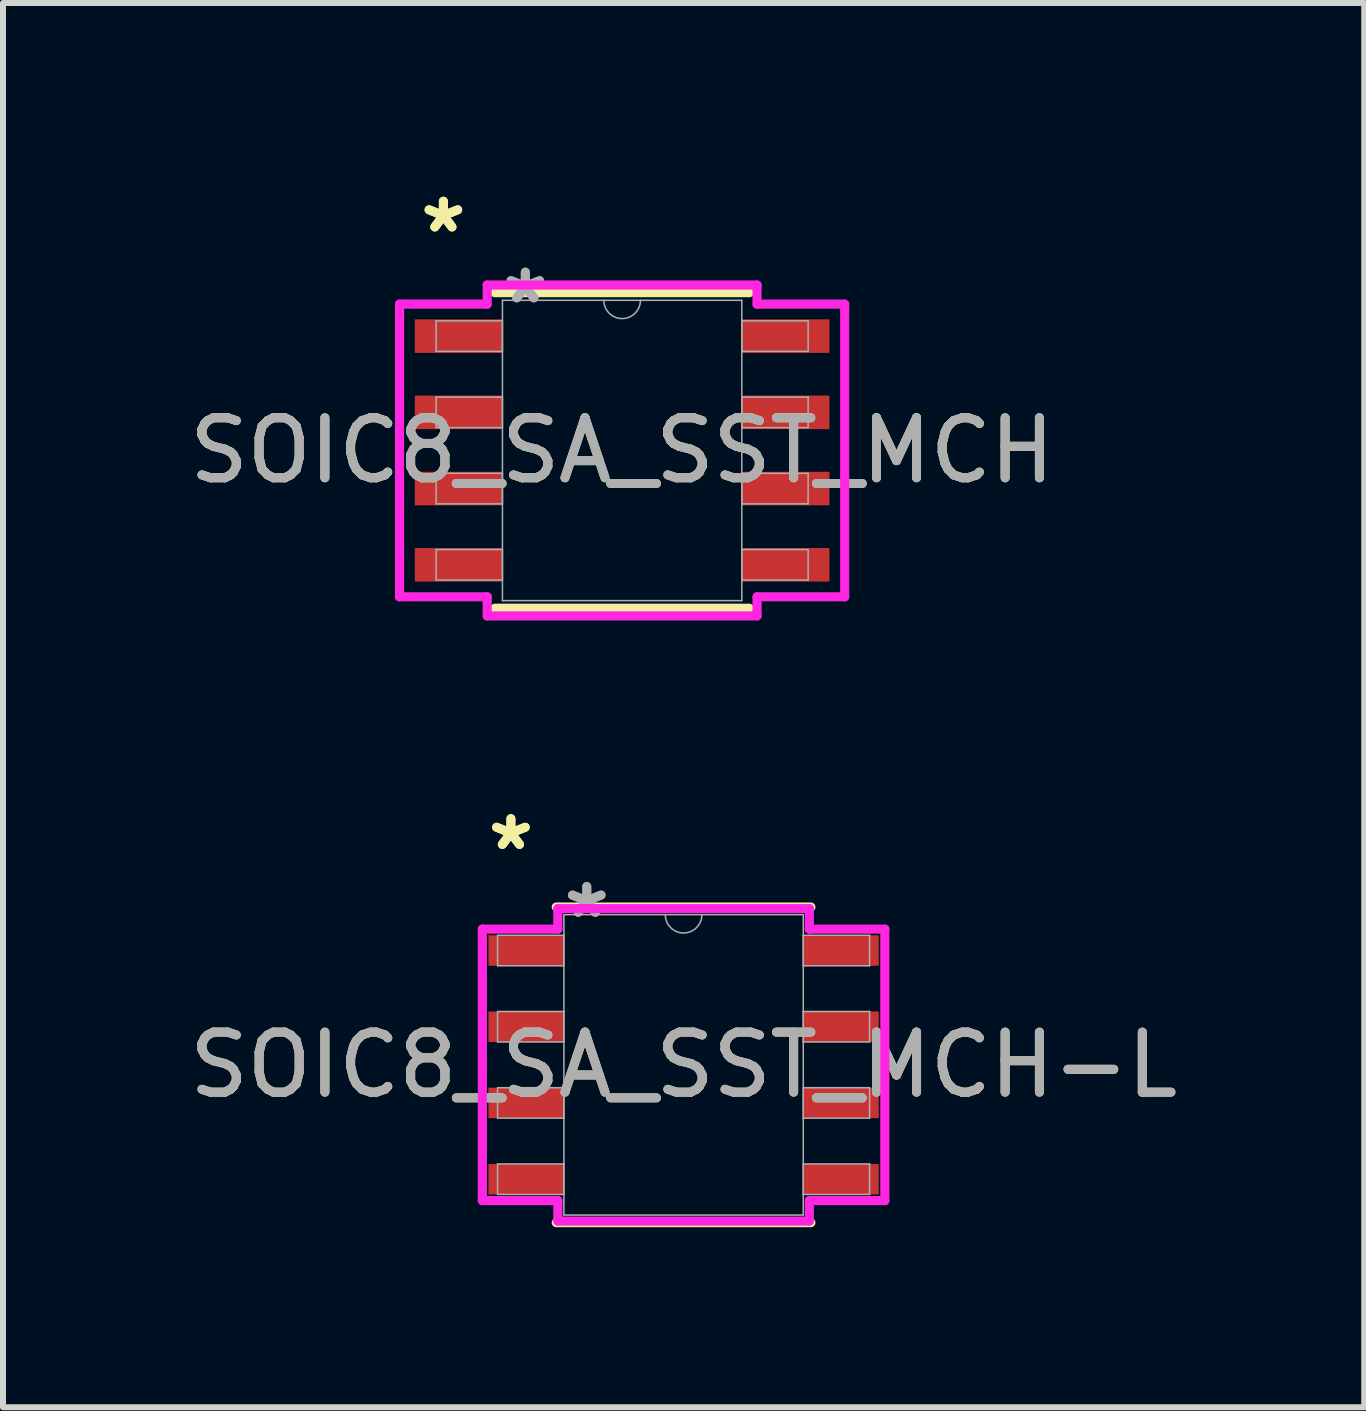
<source format=kicad_pcb>
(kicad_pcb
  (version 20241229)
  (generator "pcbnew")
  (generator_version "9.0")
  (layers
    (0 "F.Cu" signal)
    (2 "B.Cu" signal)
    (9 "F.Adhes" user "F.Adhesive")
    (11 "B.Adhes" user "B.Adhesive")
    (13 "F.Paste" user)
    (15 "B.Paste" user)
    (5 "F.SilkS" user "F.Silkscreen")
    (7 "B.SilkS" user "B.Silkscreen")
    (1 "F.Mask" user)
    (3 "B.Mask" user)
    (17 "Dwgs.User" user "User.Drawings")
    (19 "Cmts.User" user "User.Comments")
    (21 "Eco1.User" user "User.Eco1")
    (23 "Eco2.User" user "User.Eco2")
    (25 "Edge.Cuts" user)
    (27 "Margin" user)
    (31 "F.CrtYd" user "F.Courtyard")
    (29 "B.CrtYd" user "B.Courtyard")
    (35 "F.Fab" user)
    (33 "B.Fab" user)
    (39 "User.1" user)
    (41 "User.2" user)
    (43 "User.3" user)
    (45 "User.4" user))
  (footprint "SOIC8_SA_SST_MCH"
    (layer "F.Cu")
    (at 7.315 4.455)
    (property "Reference" "SOIC8_SA_SST_MCH" (at 0 0 0) (unlocked yes) (layer "F.SilkS") (effects (font (size 1 1) (thickness 0.15))))
    (attr smd)
    (fp_line (start -2.121 2.629) (end 2.121 2.629) (stroke (width 0.152) (type solid)) (layer "F.SilkS"))
    (fp_line (start 2.121 -2.629) (end -2.121 -2.629) (stroke (width 0.152) (type solid)) (layer "F.SilkS"))
    (fp_line (start -3.708 -2.438) (end -2.248 -2.438) (stroke (width 0.152) (type solid)) (layer "F.CrtYd"))
    (fp_line (start -3.708 2.438) (end -3.708 -2.438) (stroke (width 0.152) (type solid)) (layer "F.CrtYd"))
    (fp_line (start -3.708 2.438) (end -2.248 2.438) (stroke (width 0.152) (type solid)) (layer "F.CrtYd"))
    (fp_line (start -2.248 -2.756) (end 2.248 -2.756) (stroke (width 0.152) (type solid)) (layer "F.CrtYd"))
    (fp_line (start -2.248 -2.438) (end -2.248 -2.756) (stroke (width 0.152) (type solid)) (layer "F.CrtYd"))
    (fp_line (start -2.248 2.756) (end -2.248 2.438) (stroke (width 0.152) (type solid)) (layer "F.CrtYd"))
    (fp_line (start 2.248 -2.756) (end 2.248 -2.438) (stroke (width 0.152) (type solid)) (layer "F.CrtYd"))
    (fp_line (start 2.248 2.438) (end 2.248 2.756) (stroke (width 0.152) (type solid)) (layer "F.CrtYd"))
    (fp_line (start 2.248 2.756) (end -2.248 2.756) (stroke (width 0.152) (type solid)) (layer "F.CrtYd"))
    (fp_line (start 3.708 -2.438) (end 2.248 -2.438) (stroke (width 0.152) (type solid)) (layer "F.CrtYd"))
    (fp_line (start 3.708 -2.438) (end 3.708 2.438) (stroke (width 0.152) (type solid)) (layer "F.CrtYd"))
    (fp_line (start 3.708 2.438) (end 2.248 2.438) (stroke (width 0.152) (type solid)) (layer "F.CrtYd"))
    (fp_line (start -3.099 -2.159) (end -3.099 -1.651) (stroke (width 0.025) (type solid)) (layer "F.Fab"))
    (fp_line (start -3.099 -1.651) (end -1.994 -1.651) (stroke (width 0.025) (type solid)) (layer "F.Fab"))
    (fp_line (start -3.099 -0.889) (end -3.099 -0.381) (stroke (width 0.025) (type solid)) (layer "F.Fab"))
    (fp_line (start -3.099 -0.381) (end -1.994 -0.381) (stroke (width 0.025) (type solid)) (layer "F.Fab"))
    (fp_line (start -3.099 0.381) (end -3.099 0.889) (stroke (width 0.025) (type solid)) (layer "F.Fab"))
    (fp_line (start -3.099 0.889) (end -1.994 0.889) (stroke (width 0.025) (type solid)) (layer "F.Fab"))
    (fp_line (start -3.099 1.651) (end -3.099 2.159) (stroke (width 0.025) (type solid)) (layer "F.Fab"))
    (fp_line (start -3.099 2.159) (end -1.994 2.159) (stroke (width 0.025) (type solid)) (layer "F.Fab"))
    (fp_line (start -1.994 -2.502) (end -1.994 2.502) (stroke (width 0.025) (type solid)) (layer "F.Fab"))
    (fp_line (start -1.994 -2.159) (end -3.099 -2.159) (stroke (width 0.025) (type solid)) (layer "F.Fab"))
    (fp_line (start -1.994 -1.651) (end -1.994 -2.159) (stroke (width 0.025) (type solid)) (layer "F.Fab"))
    (fp_line (start -1.994 -0.889) (end -3.099 -0.889) (stroke (width 0.025) (type solid)) (layer "F.Fab"))
    (fp_line (start -1.994 -0.381) (end -1.994 -0.889) (stroke (width 0.025) (type solid)) (layer "F.Fab"))
    (fp_line (start -1.994 0.381) (end -3.099 0.381) (stroke (width 0.025) (type solid)) (layer "F.Fab"))
    (fp_line (start -1.994 0.889) (end -1.994 0.381) (stroke (width 0.025) (type solid)) (layer "F.Fab"))
    (fp_line (start -1.994 1.651) (end -3.099 1.651) (stroke (width 0.025) (type solid)) (layer "F.Fab"))
    (fp_line (start -1.994 2.159) (end -1.994 1.651) (stroke (width 0.025) (type solid)) (layer "F.Fab"))
    (fp_line (start -1.994 2.502) (end 1.994 2.502) (stroke (width 0.025) (type solid)) (layer "F.Fab"))
    (fp_line (start 1.994 -2.502) (end -1.994 -2.502) (stroke (width 0.025) (type solid)) (layer "F.Fab"))
    (fp_line (start 1.994 -2.159) (end 1.994 -1.651) (stroke (width 0.025) (type solid)) (layer "F.Fab"))
    (fp_line (start 1.994 -1.651) (end 3.099 -1.651) (stroke (width 0.025) (type solid)) (layer "F.Fab"))
    (fp_line (start 1.994 -0.889) (end 1.994 -0.381) (stroke (width 0.025) (type solid)) (layer "F.Fab"))
    (fp_line (start 1.994 -0.381) (end 3.099 -0.381) (stroke (width 0.025) (type solid)) (layer "F.Fab"))
    (fp_line (start 1.994 0.381) (end 1.994 0.889) (stroke (width 0.025) (type solid)) (layer "F.Fab"))
    (fp_line (start 1.994 0.889) (end 3.099 0.889) (stroke (width 0.025) (type solid)) (layer "F.Fab"))
    (fp_line (start 1.994 1.651) (end 1.994 2.159) (stroke (width 0.025) (type solid)) (layer "F.Fab"))
    (fp_line (start 1.994 2.159) (end 3.099 2.159) (stroke (width 0.025) (type solid)) (layer "F.Fab"))
    (fp_line (start 1.994 2.502) (end 1.994 -2.502) (stroke (width 0.025) (type solid)) (layer "F.Fab"))
    (fp_line (start 3.099 -2.159) (end 1.994 -2.159) (stroke (width 0.025) (type solid)) (layer "F.Fab"))
    (fp_line (start 3.099 -1.651) (end 3.099 -2.159) (stroke (width 0.025) (type solid)) (layer "F.Fab"))
    (fp_line (start 3.099 -0.889) (end 1.994 -0.889) (stroke (width 0.025) (type solid)) (layer "F.Fab"))
    (fp_line (start 3.099 -0.381) (end 3.099 -0.889) (stroke (width 0.025) (type solid)) (layer "F.Fab"))
    (fp_line (start 3.099 0.381) (end 1.994 0.381) (stroke (width 0.025) (type solid)) (layer "F.Fab"))
    (fp_line (start 3.099 0.889) (end 3.099 0.381) (stroke (width 0.025) (type solid)) (layer "F.Fab"))
    (fp_line (start 3.099 1.651) (end 1.994 1.651) (stroke (width 0.025) (type solid)) (layer "F.Fab"))
    (fp_line (start 3.099 2.159) (end 3.099 1.651) (stroke (width 0.025) (type solid)) (layer "F.Fab"))
    (fp_arc (start 0.3048 -2.5019) (mid 0 -2.1971) (end -0.3048 -2.5019) (stroke (width 0.0254) (type solid)) (layer "F.Fab"))
    (fp_text user "*" (at -2.978 -3.607 0) (layer "F.SilkS") (effects (font (size 1 1) (thickness 0.15))))
    (fp_text user "*" (at -2.978 -3.607 0) (unlocked yes) (layer "F.SilkS") (effects (font (size 1 1) (thickness 0.15))))
    (fp_text user "*" (at -1.613 -2.426 0) (layer "F.Fab") (effects (font (size 1 1) (thickness 0.15))))
    (fp_text user "${REFERENCE}" (at 0 0 0) (unlocked yes) (layer "F.Fab") (effects (font (size 1 1) (thickness 0.15))))
    (fp_text user "*" (at -1.613 -2.426 0) (unlocked yes) (layer "F.Fab") (effects (font (size 1 1) (thickness 0.15))))
    (pad "1" smd rect (at -2.724 -1.905) (size 1.46 0.559) (layers "F.Cu" "F.Mask" "F.Paste"))
    (pad "2" smd rect (at -2.724 -0.635) (size 1.46 0.559) (layers "F.Cu" "F.Mask" "F.Paste"))
    (pad "3" smd rect (at -2.724 0.635) (size 1.46 0.559) (layers "F.Cu" "F.Mask" "F.Paste"))
    (pad "4" smd rect (at -2.724 1.905) (size 1.46 0.559) (layers "F.Cu" "F.Mask" "F.Paste"))
    (pad "5" smd rect (at 2.724 1.905) (size 1.46 0.559) (layers "F.Cu" "F.Mask" "F.Paste"))
    (pad "6" smd rect (at 2.724 0.635) (size 1.46 0.559) (layers "F.Cu" "F.Mask" "F.Paste"))
    (pad "7" smd rect (at 2.724 -0.635) (size 1.46 0.559) (layers "F.Cu" "F.Mask" "F.Paste"))
    (pad "8" smd rect (at 2.724 -1.905) (size 1.46 0.559) (layers "F.Cu" "F.Mask" "F.Paste")))
  (footprint "SOIC8_SA_SST_MCH-L"
    (layer "F.Cu")
    (at 8.339 14.691)
    (property "Reference" "SOIC8_SA_SST_MCH-L" (at 0 0 0) (unlocked yes) (layer "F.SilkS") (effects (font (size 1 1) (thickness 0.15))))
    (attr smd)
    (fp_line (start -2.121 2.629) (end 2.121 2.629) (stroke (width 0.152) (type solid)) (layer "F.SilkS"))
    (fp_line (start 2.121 -2.629) (end -2.121 -2.629) (stroke (width 0.152) (type solid)) (layer "F.SilkS"))
    (fp_line (start -3.353 -2.261) (end -2.095 -2.261) (stroke (width 0.152) (type solid)) (layer "F.CrtYd"))
    (fp_line (start -3.353 2.261) (end -3.353 -2.261) (stroke (width 0.152) (type solid)) (layer "F.CrtYd"))
    (fp_line (start -3.353 2.261) (end -2.095 2.261) (stroke (width 0.152) (type solid)) (layer "F.CrtYd"))
    (fp_line (start -2.095 -2.603) (end 2.095 -2.603) (stroke (width 0.152) (type solid)) (layer "F.CrtYd"))
    (fp_line (start -2.095 -2.261) (end -2.095 -2.603) (stroke (width 0.152) (type solid)) (layer "F.CrtYd"))
    (fp_line (start -2.095 2.603) (end -2.095 2.261) (stroke (width 0.152) (type solid)) (layer "F.CrtYd"))
    (fp_line (start 2.095 -2.603) (end 2.095 -2.261) (stroke (width 0.152) (type solid)) (layer "F.CrtYd"))
    (fp_line (start 2.095 2.261) (end 2.095 2.603) (stroke (width 0.152) (type solid)) (layer "F.CrtYd"))
    (fp_line (start 2.095 2.603) (end -2.095 2.603) (stroke (width 0.152) (type solid)) (layer "F.CrtYd"))
    (fp_line (start 3.353 -2.261) (end 2.095 -2.261) (stroke (width 0.152) (type solid)) (layer "F.CrtYd"))
    (fp_line (start 3.353 -2.261) (end 3.353 2.261) (stroke (width 0.152) (type solid)) (layer "F.CrtYd"))
    (fp_line (start 3.353 2.261) (end 2.095 2.261) (stroke (width 0.152) (type solid)) (layer "F.CrtYd"))
    (fp_line (start -3.099 -2.159) (end -3.099 -1.651) (stroke (width 0.025) (type solid)) (layer "F.Fab"))
    (fp_line (start -3.099 -1.651) (end -1.994 -1.651) (stroke (width 0.025) (type solid)) (layer "F.Fab"))
    (fp_line (start -3.099 -0.889) (end -3.099 -0.381) (stroke (width 0.025) (type solid)) (layer "F.Fab"))
    (fp_line (start -3.099 -0.381) (end -1.994 -0.381) (stroke (width 0.025) (type solid)) (layer "F.Fab"))
    (fp_line (start -3.099 0.381) (end -3.099 0.889) (stroke (width 0.025) (type solid)) (layer "F.Fab"))
    (fp_line (start -3.099 0.889) (end -1.994 0.889) (stroke (width 0.025) (type solid)) (layer "F.Fab"))
    (fp_line (start -3.099 1.651) (end -3.099 2.159) (stroke (width 0.025) (type solid)) (layer "F.Fab"))
    (fp_line (start -3.099 2.159) (end -1.994 2.159) (stroke (width 0.025) (type solid)) (layer "F.Fab"))
    (fp_line (start -1.994 -2.502) (end -1.994 2.502) (stroke (width 0.025) (type solid)) (layer "F.Fab"))
    (fp_line (start -1.994 -2.159) (end -3.099 -2.159) (stroke (width 0.025) (type solid)) (layer "F.Fab"))
    (fp_line (start -1.994 -1.651) (end -1.994 -2.159) (stroke (width 0.025) (type solid)) (layer "F.Fab"))
    (fp_line (start -1.994 -0.889) (end -3.099 -0.889) (stroke (width 0.025) (type solid)) (layer "F.Fab"))
    (fp_line (start -1.994 -0.381) (end -1.994 -0.889) (stroke (width 0.025) (type solid)) (layer "F.Fab"))
    (fp_line (start -1.994 0.381) (end -3.099 0.381) (stroke (width 0.025) (type solid)) (layer "F.Fab"))
    (fp_line (start -1.994 0.889) (end -1.994 0.381) (stroke (width 0.025) (type solid)) (layer "F.Fab"))
    (fp_line (start -1.994 1.651) (end -3.099 1.651) (stroke (width 0.025) (type solid)) (layer "F.Fab"))
    (fp_line (start -1.994 2.159) (end -1.994 1.651) (stroke (width 0.025) (type solid)) (layer "F.Fab"))
    (fp_line (start -1.994 2.502) (end 1.994 2.502) (stroke (width 0.025) (type solid)) (layer "F.Fab"))
    (fp_line (start 1.994 -2.502) (end -1.994 -2.502) (stroke (width 0.025) (type solid)) (layer "F.Fab"))
    (fp_line (start 1.994 -2.159) (end 1.994 -1.651) (stroke (width 0.025) (type solid)) (layer "F.Fab"))
    (fp_line (start 1.994 -1.651) (end 3.099 -1.651) (stroke (width 0.025) (type solid)) (layer "F.Fab"))
    (fp_line (start 1.994 -0.889) (end 1.994 -0.381) (stroke (width 0.025) (type solid)) (layer "F.Fab"))
    (fp_line (start 1.994 -0.381) (end 3.099 -0.381) (stroke (width 0.025) (type solid)) (layer "F.Fab"))
    (fp_line (start 1.994 0.381) (end 1.994 0.889) (stroke (width 0.025) (type solid)) (layer "F.Fab"))
    (fp_line (start 1.994 0.889) (end 3.099 0.889) (stroke (width 0.025) (type solid)) (layer "F.Fab"))
    (fp_line (start 1.994 1.651) (end 1.994 2.159) (stroke (width 0.025) (type solid)) (layer "F.Fab"))
    (fp_line (start 1.994 2.159) (end 3.099 2.159) (stroke (width 0.025) (type solid)) (layer "F.Fab"))
    (fp_line (start 1.994 2.502) (end 1.994 -2.502) (stroke (width 0.025) (type solid)) (layer "F.Fab"))
    (fp_line (start 3.099 -2.159) (end 1.994 -2.159) (stroke (width 0.025) (type solid)) (layer "F.Fab"))
    (fp_line (start 3.099 -1.651) (end 3.099 -2.159) (stroke (width 0.025) (type solid)) (layer "F.Fab"))
    (fp_line (start 3.099 -0.889) (end 1.994 -0.889) (stroke (width 0.025) (type solid)) (layer "F.Fab"))
    (fp_line (start 3.099 -0.381) (end 3.099 -0.889) (stroke (width 0.025) (type solid)) (layer "F.Fab"))
    (fp_line (start 3.099 0.381) (end 1.994 0.381) (stroke (width 0.025) (type solid)) (layer "F.Fab"))
    (fp_line (start 3.099 0.889) (end 3.099 0.381) (stroke (width 0.025) (type solid)) (layer "F.Fab"))
    (fp_line (start 3.099 1.651) (end 1.994 1.651) (stroke (width 0.025) (type solid)) (layer "F.Fab"))
    (fp_line (start 3.099 2.159) (end 3.099 1.651) (stroke (width 0.025) (type solid)) (layer "F.Fab"))
    (fp_arc (start 0.3048 -2.5019) (mid 0 -2.1971) (end -0.3048 -2.5019) (stroke (width 0.0254) (type solid)) (layer "F.Fab"))
    (fp_text user "*" (at -2.877 -3.556 0) (layer "F.SilkS") (effects (font (size 1 1) (thickness 0.15))))
    (fp_text user "*" (at -2.877 -3.556 0) (unlocked yes) (layer "F.SilkS") (effects (font (size 1 1) (thickness 0.15))))
    (fp_text user "*" (at -1.613 -2.426 0) (layer "F.Fab") (effects (font (size 1 1) (thickness 0.15))))
    (fp_text user "*" (at -1.613 -2.426 0) (unlocked yes) (layer "F.Fab") (effects (font (size 1 1) (thickness 0.15))))
    (fp_text user "${REFERENCE}" (at 0 0 0) (unlocked yes) (layer "F.Fab") (effects (font (size 1 1) (thickness 0.15))))
    (pad "1" smd rect (at -2.623 -1.905) (size 1.257 0.508) (layers "F.Cu" "F.Mask" "F.Paste"))
    (pad "2" smd rect (at -2.623 -0.635) (size 1.257 0.508) (layers "F.Cu" "F.Mask" "F.Paste"))
    (pad "3" smd rect (at -2.623 0.635) (size 1.257 0.508) (layers "F.Cu" "F.Mask" "F.Paste"))
    (pad "4" smd rect (at -2.623 1.905) (size 1.257 0.508) (layers "F.Cu" "F.Mask" "F.Paste"))
    (pad "5" smd rect (at 2.623 1.905) (size 1.257 0.508) (layers "F.Cu" "F.Mask" "F.Paste"))
    (pad "6" smd rect (at 2.623 0.635) (size 1.257 0.508) (layers "F.Cu" "F.Mask" "F.Paste"))
    (pad "7" smd rect (at 2.623 -0.635) (size 1.257 0.508) (layers "F.Cu" "F.Mask" "F.Paste"))
    (pad "8" smd rect (at 2.623 -1.905) (size 1.257 0.508) (layers "F.Cu" "F.Mask" "F.Paste")))
  (gr_rect
    (start -3 -3)
    (end 19.679 20.396)
    (stroke (width 0.1) (type default))
    (fill no)
    (layer "Edge.Cuts")))
</source>
